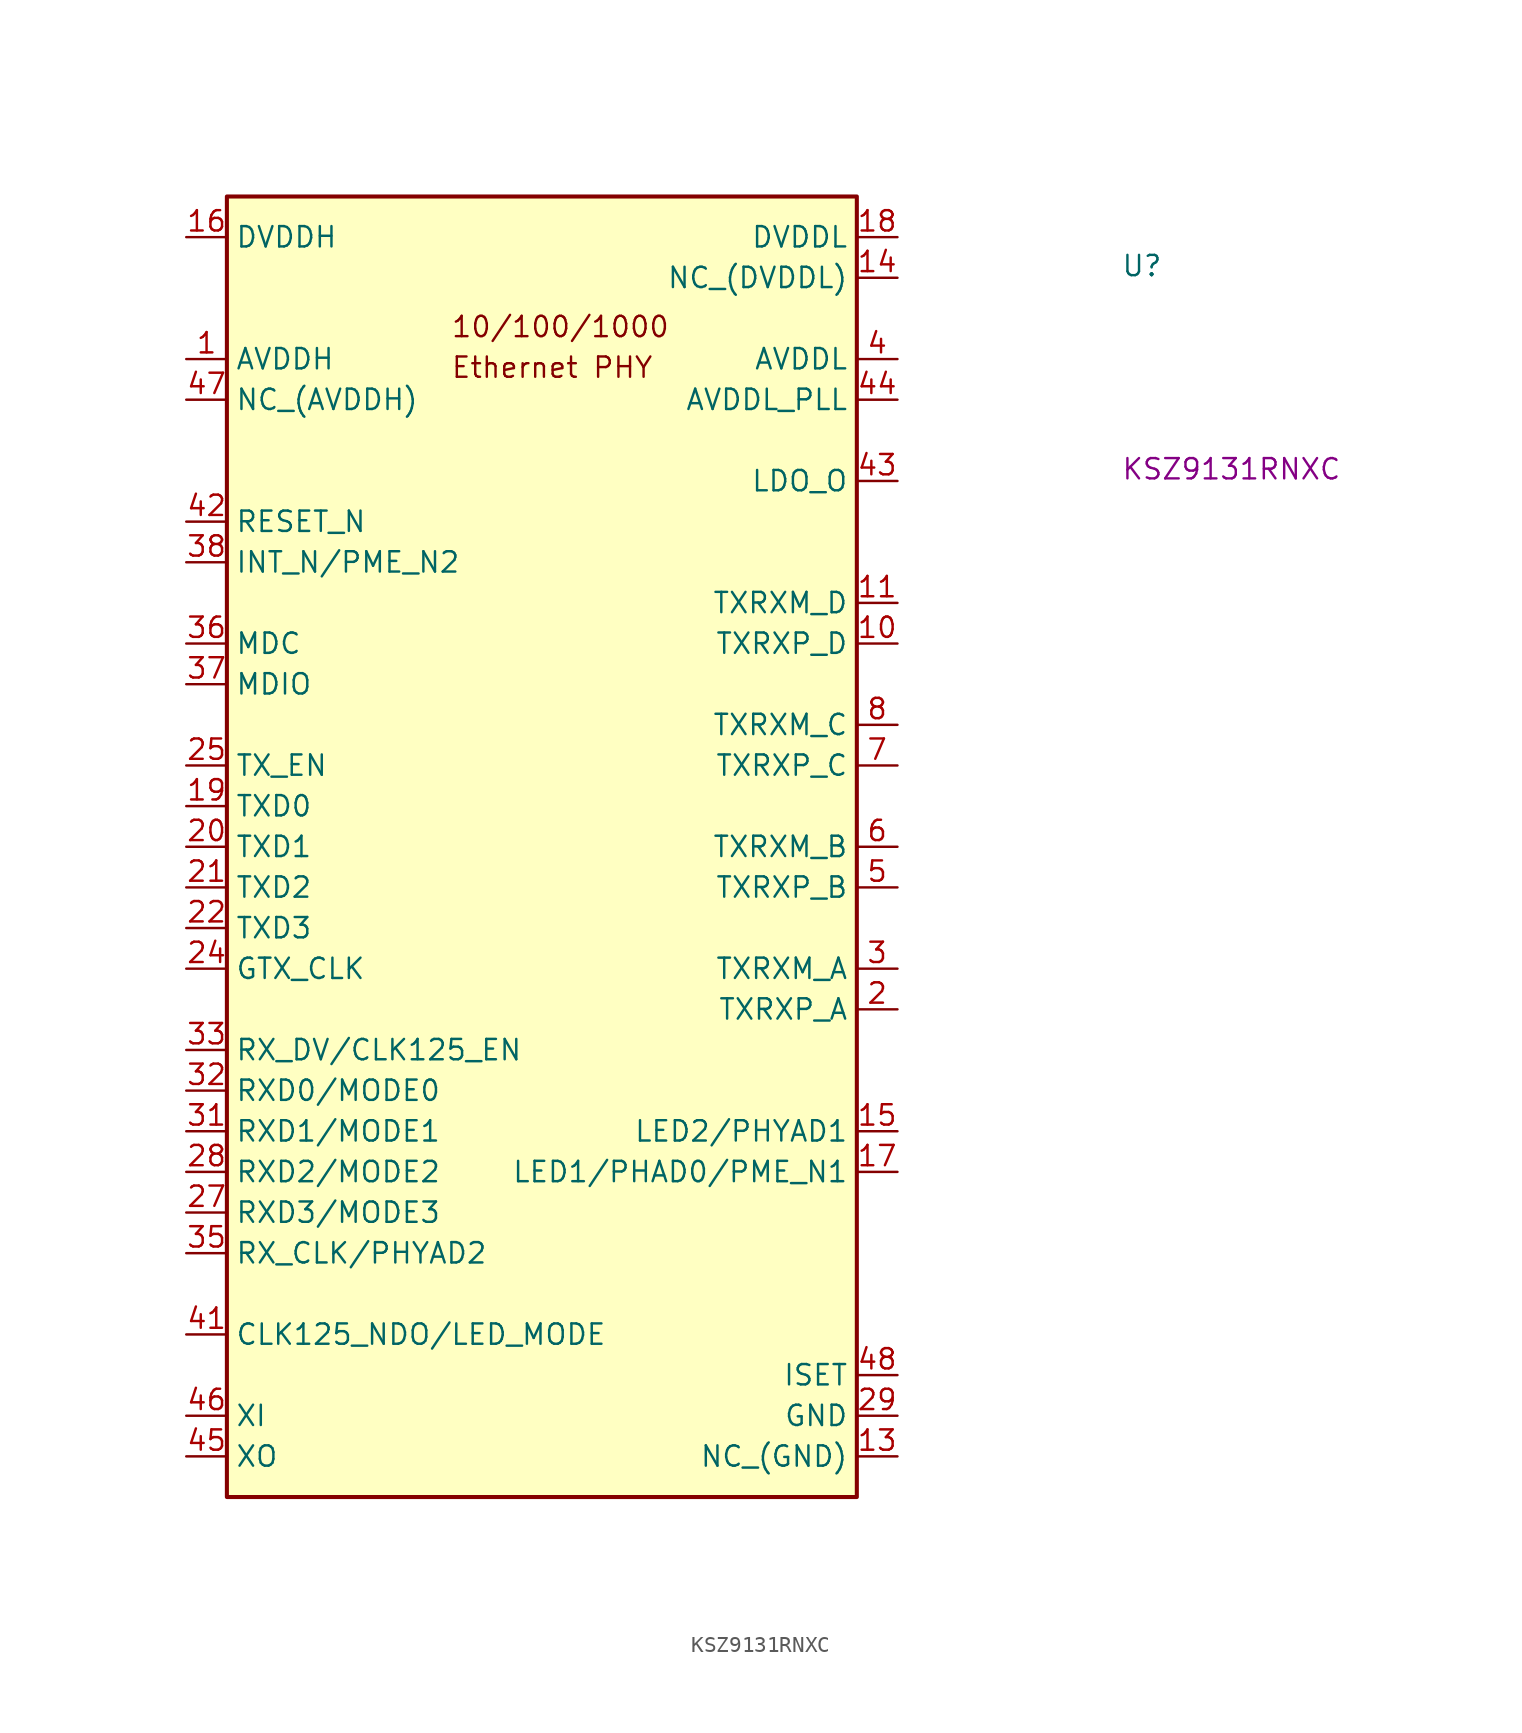
<source format=kicad_sym>
(kicad_symbol_lib
  (version 20220914)
  (generator kicad_symbol_editor)
  (symbol "KSZ9131RNXC"
    (property "Reference" "U"
      (at 58.42 -2.54 0)
      (effects (font (size 1.27 1.27) (thickness 0.15)) (justify left bottom)))
    (property "MPN" "KSZ9131RNXC"
      (at 58.42 -15.24 0)
      (effects (font (size 1.27 1.27) (thickness 0.15)) (justify left bottom)))
    (symbol "KSZ9131RNXC_1_1"
      (rectangle (start 2.54 2.54) (end 41.91 -78.74) (stroke (width 0.254) (type default)) (fill (type background)))
      (text "10/100/1000" (at 16.51 -6.35 0) (effects (font (size 1.27 1.27) (thickness 0.15)) (justify left bottom)))
      (text "Ethernet PHY" (at 16.51 -8.89 0) (effects (font (size 1.27 1.27) (thickness 0.15)) (justify left bottom)))
      (pin power_in line (at 0 -7.62 0) (length 2.54) (name "AVDDH" (effects (font (size 1.27 1.27)))) (number "1" (effects (font (size 1.27 1.27)))))
      (pin input line (at 44.45 -25.4 180) (length 2.54) (name "TXRXP_D" (effects (font (size 1.27 1.27)))) (number "10" (effects (font (size 1.27 1.27)))))
      (pin input line (at 44.45 -22.86 180) (length 2.54) (name "TXRXM_D" (effects (font (size 1.27 1.27)))) (number "11" (effects (font (size 1.27 1.27)))))
      (pin passive line (at 0 -7.62 0) (length 2.54) hide (name "AVDDH" (effects (font (size 1.27 1.27)))) (number "12" (effects (font (size 1.27 1.27)))))
      (pin passive line (at 44.45 -76.2 180) (length 2.54) (name "NC_(GND)" (effects (font (size 1.27 1.27)))) (number "13" (effects (font (size 1.27 1.27)))))
      (pin passive line (at 44.45 -2.54 180) (length 2.54) (name "NC_(DVDDL)" (effects (font (size 1.27 1.27)))) (number "14" (effects (font (size 1.27 1.27)))))
      (pin bidirectional line (at 44.45 -55.88 180) (length 2.54) (name "LED2/PHYAD1" (effects (font (size 1.27 1.27)))) (number "15" (effects (font (size 1.27 1.27)))))
      (pin power_in line (at 0 0 0) (length 2.54) (name "DVDDH" (effects (font (size 1.27 1.27)))) (number "16" (effects (font (size 1.27 1.27)))))
      (pin bidirectional line (at 44.45 -58.42 180) (length 2.54) (name "LED1/PHAD0/PME_N1" (effects (font (size 1.27 1.27)))) (number "17" (effects (font (size 1.27 1.27)))))
      (pin power_in line (at 44.45 0 180) (length 2.54) (name "DVDDL" (effects (font (size 1.27 1.27)))) (number "18" (effects (font (size 1.27 1.27)))))
      (pin input line (at 0 -35.56 0) (length 2.54) (name "TXD0" (effects (font (size 1.27 1.27)))) (number "19" (effects (font (size 1.27 1.27)))))
      (pin input line (at 44.45 -48.26 180) (length 2.54) (name "TXRXP_A" (effects (font (size 1.27 1.27)))) (number "2" (effects (font (size 1.27 1.27)))))
      (pin input line (at 0 -38.1 0) (length 2.54) (name "TXD1" (effects (font (size 1.27 1.27)))) (number "20" (effects (font (size 1.27 1.27)))))
      (pin input line (at 0 -40.64 0) (length 2.54) (name "TXD2" (effects (font (size 1.27 1.27)))) (number "21" (effects (font (size 1.27 1.27)))))
      (pin input line (at 0 -43.18 0) (length 2.54) (name "TXD3" (effects (font (size 1.27 1.27)))) (number "22" (effects (font (size 1.27 1.27)))))
      (pin passive line (at 44.45 0 180) (length 2.54) hide (name "DVDDL" (effects (font (size 1.27 1.27)))) (number "23" (effects (font (size 1.27 1.27)))))
      (pin input line (at 0 -45.72 0) (length 2.54) (name "GTX_CLK" (effects (font (size 1.27 1.27)))) (number "24" (effects (font (size 1.27 1.27)))))
      (pin input line (at 0 -33.02 0) (length 2.54) (name "TX_EN" (effects (font (size 1.27 1.27)))) (number "25" (effects (font (size 1.27 1.27)))))
      (pin passive line (at 44.45 0 180) (length 2.54) hide (name "DVDDL" (effects (font (size 1.27 1.27)))) (number "26" (effects (font (size 1.27 1.27)))))
      (pin input line (at 0 -60.96 0) (length 2.54) (name "RXD3/MODE3" (effects (font (size 1.27 1.27)))) (number "27" (effects (font (size 1.27 1.27)))))
      (pin input line (at 0 -58.42 0) (length 2.54) (name "RXD2/MODE2" (effects (font (size 1.27 1.27)))) (number "28" (effects (font (size 1.27 1.27)))))
      (pin power_out line (at 44.45 -73.66 180) (length 2.54) (name "GND" (effects (font (size 1.27 1.27)))) (number "29" (effects (font (size 1.27 1.27)))))
      (pin input line (at 44.45 -45.72 180) (length 2.54) (name "TXRXM_A" (effects (font (size 1.27 1.27)))) (number "3" (effects (font (size 1.27 1.27)))))
      (pin passive line (at 44.45 0 180) (length 2.54) hide (name "DVDDL" (effects (font (size 1.27 1.27)))) (number "30" (effects (font (size 1.27 1.27)))))
      (pin input line (at 0 -55.88 0) (length 2.54) (name "RXD1/MODE1" (effects (font (size 1.27 1.27)))) (number "31" (effects (font (size 1.27 1.27)))))
      (pin input line (at 0 -53.34 0) (length 2.54) (name "RXD0/MODE0" (effects (font (size 1.27 1.27)))) (number "32" (effects (font (size 1.27 1.27)))))
      (pin input line (at 0 -50.8 0) (length 2.54) (name "RX_DV/CLK125_EN" (effects (font (size 1.27 1.27)))) (number "33" (effects (font (size 1.27 1.27)))))
      (pin passive line (at 0 0 0) (length 2.54) hide (name "DVDDH" (effects (font (size 1.27 1.27)))) (number "34" (effects (font (size 1.27 1.27)))))
      (pin input line (at 0 -63.5 0) (length 2.54) (name "RX_CLK/PHYAD2" (effects (font (size 1.27 1.27)))) (number "35" (effects (font (size 1.27 1.27)))))
      (pin input line (at 0 -25.4 0) (length 2.54) (name "MDC" (effects (font (size 1.27 1.27)))) (number "36" (effects (font (size 1.27 1.27)))))
      (pin input line (at 0 -27.94 0) (length 2.54) (name "MDIO" (effects (font (size 1.27 1.27)))) (number "37" (effects (font (size 1.27 1.27)))))
      (pin input line (at 0 -20.32 0) (length 2.54) (name "INT_N/PME_N2" (effects (font (size 1.27 1.27)))) (number "38" (effects (font (size 1.27 1.27)))))
      (pin passive line (at 44.45 0 180) (length 2.54) hide (name "DVDDL" (effects (font (size 1.27 1.27)))) (number "39" (effects (font (size 1.27 1.27)))))
      (pin power_in line (at 44.45 -7.62 180) (length 2.54) (name "AVDDL" (effects (font (size 1.27 1.27)))) (number "4" (effects (font (size 1.27 1.27)))))
      (pin passive line (at 0 0 0) (length 2.54) hide (name "DVDDH" (effects (font (size 1.27 1.27)))) (number "40" (effects (font (size 1.27 1.27)))))
      (pin input line (at 0 -68.58 0) (length 2.54) (name "CLK125_NDO/LED_MODE" (effects (font (size 1.27 1.27)))) (number "41" (effects (font (size 1.27 1.27)))))
      (pin input line (at 0 -17.78 0) (length 2.54) (name "RESET_N" (effects (font (size 1.27 1.27)))) (number "42" (effects (font (size 1.27 1.27)))))
      (pin input line (at 44.45 -15.24 180) (length 2.54) (name "LDO_O" (effects (font (size 1.27 1.27)))) (number "43" (effects (font (size 1.27 1.27)))))
      (pin power_in line (at 44.45 -10.16 180) (length 2.54) (name "AVDDL_PLL" (effects (font (size 1.27 1.27)))) (number "44" (effects (font (size 1.27 1.27)))))
      (pin input line (at 0 -76.2 0) (length 2.54) (name "XO" (effects (font (size 1.27 1.27)))) (number "45" (effects (font (size 1.27 1.27)))))
      (pin input line (at 0 -73.66 0) (length 2.54) (name "XI" (effects (font (size 1.27 1.27)))) (number "46" (effects (font (size 1.27 1.27)))))
      (pin passive line (at 0 -10.16 0) (length 2.54) (name "NC_(AVDDH)" (effects (font (size 1.27 1.27)))) (number "47" (effects (font (size 1.27 1.27)))))
      (pin output line (at 44.45 -71.12 180) (length 2.54) (name "ISET" (effects (font (size 1.27 1.27)))) (number "48" (effects (font (size 1.27 1.27)))))
      (pin passive line (at 44.45 -73.66 180) (length 2.54) hide (name "GND" (effects (font (size 1.27 1.27)))) (number "49" (effects (font (size 1.27 1.27)))))
      (pin input line (at 44.45 -40.64 180) (length 2.54) (name "TXRXP_B" (effects (font (size 1.27 1.27)))) (number "5" (effects (font (size 1.27 1.27)))))
      (pin input line (at 44.45 -38.1 180) (length 2.54) (name "TXRXM_B" (effects (font (size 1.27 1.27)))) (number "6" (effects (font (size 1.27 1.27)))))
      (pin input line (at 44.45 -33.02 180) (length 2.54) (name "TXRXP_C" (effects (font (size 1.27 1.27)))) (number "7" (effects (font (size 1.27 1.27)))))
      (pin input line (at 44.45 -30.48 180) (length 2.54) (name "TXRXM_C" (effects (font (size 1.27 1.27)))) (number "8" (effects (font (size 1.27 1.27)))))
      (pin passive line (at 44.45 -7.62 180) (length 2.54) hide (name "AVDDL" (effects (font (size 1.27 1.27)))) (number "9" (effects (font (size 1.27 1.27))))))))
</source>
